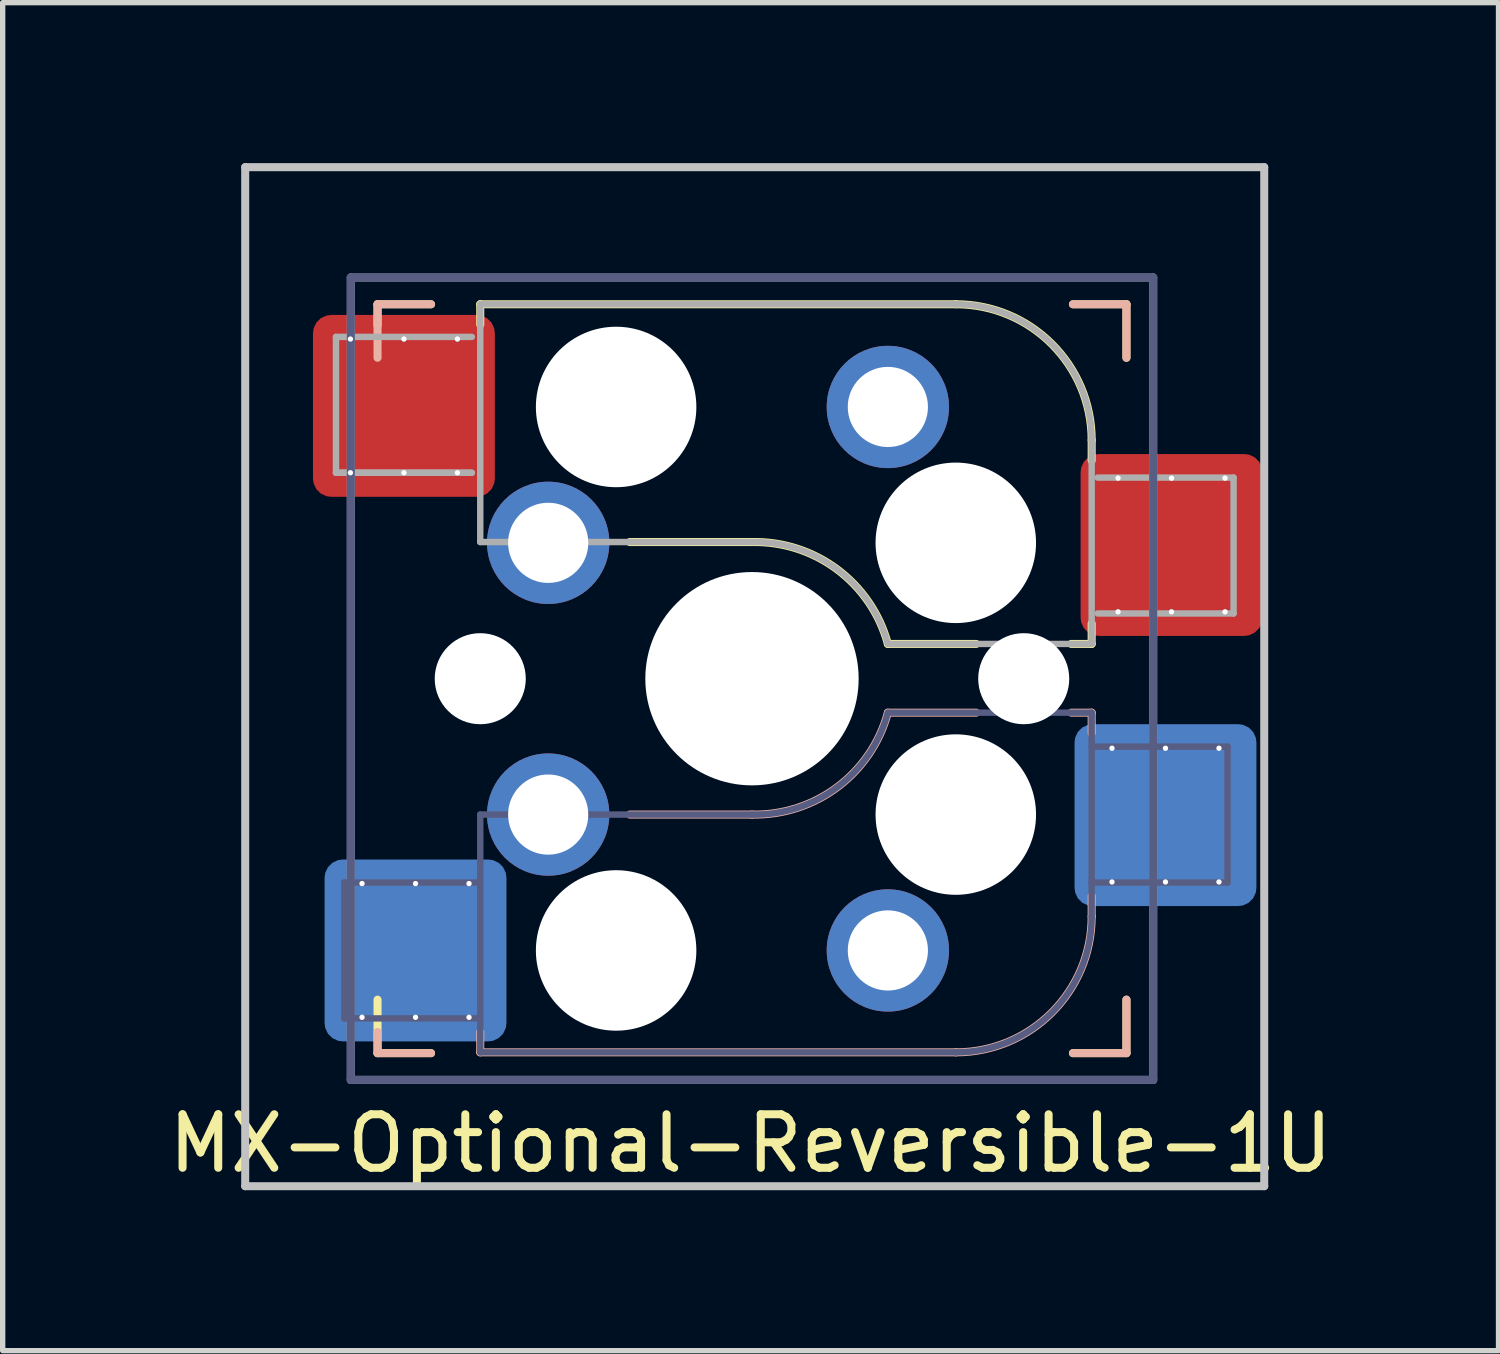
<source format=kicad_pcb>
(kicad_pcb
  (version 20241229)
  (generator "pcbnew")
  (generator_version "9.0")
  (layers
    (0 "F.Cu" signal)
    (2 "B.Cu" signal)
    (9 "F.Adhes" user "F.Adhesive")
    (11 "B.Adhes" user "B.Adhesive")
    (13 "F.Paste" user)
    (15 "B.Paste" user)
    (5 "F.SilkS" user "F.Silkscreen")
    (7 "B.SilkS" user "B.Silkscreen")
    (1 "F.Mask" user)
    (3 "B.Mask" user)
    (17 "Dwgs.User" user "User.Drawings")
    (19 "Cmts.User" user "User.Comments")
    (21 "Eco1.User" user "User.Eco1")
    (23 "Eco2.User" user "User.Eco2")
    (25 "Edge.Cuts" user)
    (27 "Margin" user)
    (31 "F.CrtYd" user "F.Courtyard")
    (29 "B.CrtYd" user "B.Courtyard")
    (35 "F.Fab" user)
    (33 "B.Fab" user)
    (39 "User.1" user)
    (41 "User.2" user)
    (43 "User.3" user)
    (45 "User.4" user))
  (footprint "MX-Optional-Reversible-1U"
    (layer "F.Cu")
    (at 11.059 9.6)
    (property "Reference" "MX-Optional-Reversible-1U" (at -0.077 8.726 180) (layer "F.SilkS") (effects (font (size 1 1) (thickness 0.15))))
    (attr smd)
    (fp_rect (start -8.258 -6.062) (end -4.858 -4.062) (stroke (width 0.1) (type solid)) (fill yes) (layer "F.Mask"))
    (fp_rect (start 6.092 -3.462) (end 9.492 -1.462) (stroke (width 0.1) (type solid)) (fill yes) (layer "F.Mask"))
    (fp_rect (start -8.041 4.118) (end -4.641 6.118) (stroke (width 0.1) (type solid)) (fill yes) (layer "B.Mask"))
    (fp_rect (start 5.979 1.588) (end 9.379 3.588) (stroke (width 0.1) (type solid)) (fill yes) (layer "B.Mask"))
    (fp_line (start -7.051 -6.962) (end -6.051 -6.962) (stroke (width 0.15) (type solid)) (layer "F.SilkS"))
    (fp_line (start -7.051 -6.566) (end -7.051 -6.962) (stroke (width 0.15) (type solid)) (layer "F.SilkS"))
    (fp_line (start -7.051 7.038) (end -7.051 6.038) (stroke (width 0.15) (type solid)) (layer "F.SilkS"))
    (fp_line (start -6.051 7.038) (end -7.051 7.038) (stroke (width 0.15) (type solid)) (layer "F.SilkS"))
    (fp_line (start -5.131 -6.581) (end -5.131 -6.962) (stroke (width 0.15) (type solid)) (layer "F.SilkS"))
    (fp_line (start -2.337 -2.517) (end -0.051 -2.517) (stroke (width 0.15) (type solid)) (layer "F.SilkS"))
    (fp_line (start 2.489 -0.612) (end 4.14 -0.612) (stroke (width 0.15) (type solid)) (layer "F.SilkS"))
    (fp_line (start 3.759 -6.962) (end -5.131 -6.962) (stroke (width 0.15) (type solid)) (layer "F.SilkS"))
    (fp_line (start 5.918 -0.612) (end 6.299 -0.612) (stroke (width 0.15) (type solid)) (layer "F.SilkS"))
    (fp_line (start 5.949 -6.962) (end 6.949 -6.962) (stroke (width 0.15) (type solid)) (layer "F.SilkS"))
    (fp_line (start 6.299 -4.041) (end 6.299 -4.422) (stroke (width 0.15) (type solid)) (layer "F.SilkS"))
    (fp_line (start 6.299 -0.612) (end 6.299 -0.993) (stroke (width 0.15) (type solid)) (layer "F.SilkS"))
    (fp_line (start 6.949 -6.962) (end 6.949 -5.962) (stroke (width 0.15) (type solid)) (layer "F.SilkS"))
    (fp_line (start 6.949 6.038) (end 6.949 7.038) (stroke (width 0.15) (type solid)) (layer "F.SilkS"))
    (fp_line (start 6.949 7.038) (end 5.949 7.038) (stroke (width 0.15) (type solid)) (layer "F.SilkS"))
    (fp_arc (start -0.05085 -2.51696) (mid 1.54712 -2.001754) (end 2.48915 -0.61196) (stroke (width 0.15) (type solid)) (layer "F.SilkS"))
    (fp_arc (start 3.75915 -6.96196) (mid 5.555201 -6.218011) (end 6.29915 -4.42196) (stroke (width 0.15) (type solid)) (layer "F.SilkS"))
    (fp_line (start -7.051 -6.962) (end -6.051 -6.962) (stroke (width 0.15) (type solid)) (layer "B.SilkS"))
    (fp_line (start -7.051 -5.962) (end -7.051 -6.962) (stroke (width 0.15) (type solid)) (layer "B.SilkS"))
    (fp_line (start -7.051 7.038) (end -7.051 6.642) (stroke (width 0.15) (type solid)) (layer "B.SilkS"))
    (fp_line (start -6.051 7.038) (end -7.051 7.038) (stroke (width 0.15) (type solid)) (layer "B.SilkS"))
    (fp_line (start -5.131 7.023) (end -5.131 6.642) (stroke (width 0.15) (type solid)) (layer "B.SilkS"))
    (fp_line (start -5.131 7.023) (end 3.759 7.023) (stroke (width 0.15) (type solid)) (layer "B.SilkS"))
    (fp_line (start -0.051 2.578) (end -2.337 2.578) (stroke (width 0.15) (type solid)) (layer "B.SilkS"))
    (fp_line (start 4.14 0.673) (end 2.489 0.673) (stroke (width 0.15) (type solid)) (layer "B.SilkS"))
    (fp_line (start 5.949 -6.962) (end 6.949 -6.962) (stroke (width 0.15) (type solid)) (layer "B.SilkS"))
    (fp_line (start 6.299 0.673) (end 5.918 0.673) (stroke (width 0.15) (type solid)) (layer "B.SilkS"))
    (fp_line (start 6.299 1.054) (end 6.299 0.673) (stroke (width 0.15) (type solid)) (layer "B.SilkS"))
    (fp_line (start 6.299 4.483) (end 6.299 4.102) (stroke (width 0.15) (type solid)) (layer "B.SilkS"))
    (fp_line (start 6.949 -6.962) (end 6.949 -5.962) (stroke (width 0.15) (type solid)) (layer "B.SilkS"))
    (fp_line (start 6.949 6.038) (end 6.949 7.038) (stroke (width 0.15) (type solid)) (layer "B.SilkS"))
    (fp_line (start 6.949 7.038) (end 5.949 7.038) (stroke (width 0.15) (type solid)) (layer "B.SilkS"))
    (fp_arc (start 2.48915 0.67304) (mid 1.547119 2.062831) (end -0.05085 2.57804) (stroke (width 0.15) (type solid)) (layer "B.SilkS"))
    (fp_arc (start 6.29915 4.48304) (mid 5.555201 6.279091) (end 3.75915 7.02304) (stroke (width 0.15) (type solid)) (layer "B.SilkS"))
    (fp_line (start -9.525 9.525) (end -9.525 -9.525) (stroke (width 0.15) (type solid)) (layer "Dwgs.User"))
    (fp_line (start 9.525 -9.525) (end -9.525 -9.525) (stroke (width 0.15) (type solid)) (layer "Dwgs.User"))
    (fp_line (start 9.525 9.525) (end -9.525 9.525) (stroke (width 0.15) (type solid)) (layer "Dwgs.User"))
    (fp_line (start 9.525 9.525) (end 9.525 -9.525) (stroke (width 0.15) (type solid)) (layer "Dwgs.User"))
    (fp_line (start -6.951 6.938) (end -6.951 -6.862) (stroke (width 0.15) (type solid)) (layer "Eco2.User"))
    (fp_line (start -6.951 6.938) (end 6.849 6.938) (stroke (width 0.15) (type solid)) (layer "Eco2.User"))
    (fp_line (start 6.849 -6.862) (end -6.951 -6.862) (stroke (width 0.15) (type solid)) (layer "Eco2.User"))
    (fp_line (start 6.849 -6.862) (end 6.849 6.938) (stroke (width 0.15) (type solid)) (layer "Eco2.User"))
    (fp_line (start -7.671 3.848) (end -7.671 6.388) (stroke (width 0.12) (type solid)) (layer "B.Fab"))
    (fp_line (start -7.671 6.388) (end -5.131 6.388) (stroke (width 0.12) (type solid)) (layer "B.Fab"))
    (fp_line (start -7.551 -7.462) (end 7.449 -7.462) (stroke (width 0.15) (type solid)) (layer "B.Fab"))
    (fp_line (start -7.551 7.538) (end -7.551 -7.462) (stroke (width 0.15) (type solid)) (layer "B.Fab"))
    (fp_line (start -5.131 2.578) (end -5.131 7.023) (stroke (width 0.12) (type solid)) (layer "B.Fab"))
    (fp_line (start -5.131 3.848) (end -7.671 3.848) (stroke (width 0.12) (type solid)) (layer "B.Fab"))
    (fp_line (start -5.131 7.023) (end 3.759 7.023) (stroke (width 0.12) (type solid)) (layer "B.Fab"))
    (fp_line (start -0.051 2.578) (end -5.131 2.578) (stroke (width 0.12) (type solid)) (layer "B.Fab"))
    (fp_line (start 6.299 0.673) (end 2.489 0.673) (stroke (width 0.12) (type solid)) (layer "B.Fab"))
    (fp_line (start 6.299 3.848) (end 8.839 3.848) (stroke (width 0.12) (type solid)) (layer "B.Fab"))
    (fp_line (start 6.299 4.483) (end 6.299 0.673) (stroke (width 0.12) (type solid)) (layer "B.Fab"))
    (fp_line (start 7.449 -7.462) (end 7.449 7.538) (stroke (width 0.15) (type solid)) (layer "B.Fab"))
    (fp_line (start 7.449 7.538) (end -7.551 7.538) (stroke (width 0.15) (type solid)) (layer "B.Fab"))
    (fp_line (start 8.839 1.308) (end 6.299 1.308) (stroke (width 0.12) (type solid)) (layer "B.Fab"))
    (fp_line (start 8.839 3.848) (end 8.839 1.308) (stroke (width 0.12) (type solid)) (layer "B.Fab"))
    (fp_arc (start 2.48915 0.67304) (mid 1.547119 2.062831) (end -0.05085 2.57804) (stroke (width 0.12) (type solid)) (layer "B.Fab"))
    (fp_arc (start 6.29915 4.48304) (mid 5.555201 6.279091) (end 3.75915 7.02304) (stroke (width 0.12) (type solid)) (layer "B.Fab"))
    (fp_line (start -7.828 -6.352) (end -7.828 -3.812) (stroke (width 0.12) (type solid)) (layer "F.Fab"))
    (fp_line (start -7.828 -3.812) (end -5.288 -3.812) (stroke (width 0.12) (type solid)) (layer "F.Fab"))
    (fp_line (start -7.828 -3.812) (end -5.288 -3.812) (stroke (width 0.12) (type solid)) (layer "F.Fab"))
    (fp_line (start -7.551 -7.462) (end 7.449 -7.462) (stroke (width 0.15) (type solid)) (layer "F.Fab"))
    (fp_line (start -7.551 7.538) (end -7.551 -7.462) (stroke (width 0.15) (type solid)) (layer "F.Fab"))
    (fp_line (start -5.288 -6.352) (end -7.828 -6.352) (stroke (width 0.12) (type solid)) (layer "F.Fab"))
    (fp_line (start -5.131 -6.962) (end -5.131 -2.517) (stroke (width 0.12) (type solid)) (layer "F.Fab"))
    (fp_line (start -5.131 -2.517) (end -0.051 -2.517) (stroke (width 0.12) (type solid)) (layer "F.Fab"))
    (fp_line (start 2.489 -0.612) (end 6.299 -0.612) (stroke (width 0.12) (type solid)) (layer "F.Fab"))
    (fp_line (start 3.759 -6.962) (end -5.131 -6.962) (stroke (width 0.12) (type solid)) (layer "F.Fab"))
    (fp_line (start 6.299 -0.612) (end 6.299 -4.422) (stroke (width 0.12) (type solid)) (layer "F.Fab"))
    (fp_line (start 6.412 -1.182) (end 8.952 -1.182) (stroke (width 0.12) (type solid)) (layer "F.Fab"))
    (fp_line (start 7.449 -7.462) (end 7.449 7.538) (stroke (width 0.15) (type solid)) (layer "F.Fab"))
    (fp_line (start 7.449 7.538) (end -7.551 7.538) (stroke (width 0.15) (type solid)) (layer "F.Fab"))
    (fp_line (start 8.952 -3.722) (end 6.412 -3.722) (stroke (width 0.12) (type solid)) (layer "F.Fab"))
    (fp_line (start 8.952 -1.182) (end 8.952 -3.722) (stroke (width 0.12) (type solid)) (layer "F.Fab"))
    (fp_arc (start -0.05085 -2.51696) (mid 1.547122 -2.001755) (end 2.48915 -0.61196) (stroke (width 0.12) (type solid)) (layer "F.Fab"))
    (fp_arc (start 3.75915 -6.96196) (mid 5.555201 -6.218011) (end 6.29915 -4.42196) (stroke (width 0.12) (type solid)) (layer "F.Fab"))
    (pad "" np_thru_hole circle (at -5.131 0.038) (size 1.702 1.702) (drill 1.702) (layers "*.Cu" "*.Mask"))
    (pad "" np_thru_hole circle (at -2.591 -5.042) (size 3 3) (drill 3) (layers "*.Cu" "*.Mask"))
    (pad "" np_thru_hole circle (at -2.591 5.118) (size 3 3) (drill 3) (layers "*.Cu" "*.Mask"))
    (pad "" np_thru_hole circle (at -0.051 0.038) (size 3.988 3.988) (drill 3.988) (layers "*.Cu" "*.Mask"))
    (pad "" np_thru_hole circle (at 3.759 -2.502) (size 3 3) (drill 3) (layers "*.Cu" "*.Mask"))
    (pad "" np_thru_hole circle (at 3.759 2.578) (size 3 3) (drill 3) (layers "*.Cu" "*.Mask"))
    (pad "" np_thru_hole circle (at 5.029 0.038) (size 1.702 1.702) (drill 1.702) (layers "*.Cu" "*.Mask"))
    (pad "1" thru_hole circle (at -7.558 -6.312 270) (size 0.1 0.1) (drill 0.3) (layers "*.Cu" "*.Mask"))
    (pad "1" thru_hole circle (at -7.558 -3.812 270) (size 0.1 0.1) (drill 0.3) (layers "*.Cu" "*.Mask"))
    (pad "1" thru_hole circle (at -7.341 3.868 270) (size 0.1 0.1) (drill 0.3) (layers "*.Cu" "*.Mask"))
    (pad "1" thru_hole circle (at -7.341 6.368 270) (size 0.1 0.1) (drill 0.3) (layers "*.Cu" "*.Mask"))
    (pad "1" thru_hole circle (at -6.558 -6.312 270) (size 0.1 0.1) (drill 0.3) (layers "*.Cu"))
    (pad "1" smd roundrect (at -6.558 -5.062 180) (size 3.4 3.4) (property pad_prop_bga) (layers "F.Cu" "F.Paste") (roundrect_rratio 0.1))
    (pad "1" thru_hole circle (at -6.558 -3.812 270) (size 0.1 0.1) (drill 0.3) (layers "*.Cu" "*.Mask"))
    (pad "1" thru_hole circle (at -6.341 3.868 270) (size 0.1 0.1) (drill 0.3) (layers "*.Cu"))
    (pad "1" smd roundrect (at -6.341 5.118) (size 3.4 3.4) (property pad_prop_bga) (layers "B.Cu" "B.Paste") (roundrect_rratio 0.1))
    (pad "1" thru_hole circle (at -6.341 6.368 270) (size 0.1 0.1) (drill 0.3) (layers "*.Cu" "*.Mask"))
    (pad "1" thru_hole circle (at -5.558 -6.312 270) (size 0.1 0.1) (drill 0.3) (layers "*.Cu"))
    (pad "1" thru_hole circle (at -5.558 -3.812 270) (size 0.1 0.1) (drill 0.3) (layers "*.Cu" "*.Mask"))
    (pad "1" thru_hole circle (at -5.341 3.868 270) (size 0.1 0.1) (drill 0.3) (layers "*.Cu"))
    (pad "1" thru_hole circle (at -5.341 6.368 270) (size 0.1 0.1) (drill 0.3) (layers "*.Cu" "*.Mask"))
    (pad "1" thru_hole circle (at -3.861 -2.502) (size 2.286 2.286) (drill 1.499) (layers "*.Cu" "*.Mask"))
    (pad "1" thru_hole circle (at -3.861 2.578) (size 2.286 2.286) (drill 1.499) (layers "*.Cu" "*.Mask"))
    (pad "2" thru_hole circle (at 2.489 -5.042) (size 2.286 2.286) (drill 1.499) (layers "*.Cu" "*.Mask"))
    (pad "2" thru_hole circle (at 2.489 5.118) (size 2.286 2.286) (drill 1.499) (layers "*.Cu" "*.Mask"))
    (pad "2" thru_hole circle (at 6.679 1.338 270) (size 0.1 0.1) (drill 0.3) (layers "*.Cu" "*.Mask"))
    (pad "2" thru_hole circle (at 6.679 3.838 270) (size 0.1 0.1) (drill 0.3) (layers "*.Cu" "*.Mask"))
    (pad "2" thru_hole circle (at 6.792 -3.712 270) (size 0.1 0.1) (drill 0.3) (layers "*.Cu" "*.Mask"))
    (pad "2" thru_hole circle (at 6.792 -1.212 270) (size 0.1 0.1) (drill 0.3) (layers "*.Cu" "*.Mask"))
    (pad "2" thru_hole circle (at 7.679 1.338 270) (size 0.1 0.1) (drill 0.3) (layers "*.Cu" "*.Mask"))
    (pad "2" smd roundrect (at 7.679 2.588) (size 3.4 3.4) (property pad_prop_bga) (layers "B.Cu" "B.Paste") (roundrect_rratio 0.1))
    (pad "2" thru_hole circle (at 7.679 3.838 270) (size 0.1 0.1) (drill 0.3) (layers "*.Cu"))
    (pad "2" thru_hole circle (at 7.792 -3.712 270) (size 0.1 0.1) (drill 0.3) (layers "*.Cu"))
    (pad "2" smd roundrect (at 7.792 -2.462 180) (size 3.4 3.4) (property pad_prop_bga) (layers "F.Cu" "F.Paste") (roundrect_rratio 0.1))
    (pad "2" thru_hole circle (at 7.792 -1.212 270) (size 0.1 0.1) (drill 0.3) (layers "*.Cu" "*.Mask"))
    (pad "2" thru_hole circle (at 8.679 1.338 270) (size 0.1 0.1) (drill 0.3) (layers "*.Cu" "*.Mask"))
    (pad "2" thru_hole circle (at 8.679 3.838 270) (size 0.1 0.1) (drill 0.3) (layers "*.Cu"))
    (pad "2" thru_hole circle (at 8.792 -3.712 270) (size 0.1 0.1) (drill 0.3) (layers "*.Cu"))
    (pad "2" thru_hole circle (at 8.792 -1.212 270) (size 0.1 0.1) (drill 0.3) (layers "*.Cu" "*.Mask")))
  (gr_rect
    (start -3 -3)
    (end 24.964 22.2)
    (stroke (width 0.1) (type default))
    (fill no)
    (layer "Edge.Cuts")))
</source>
